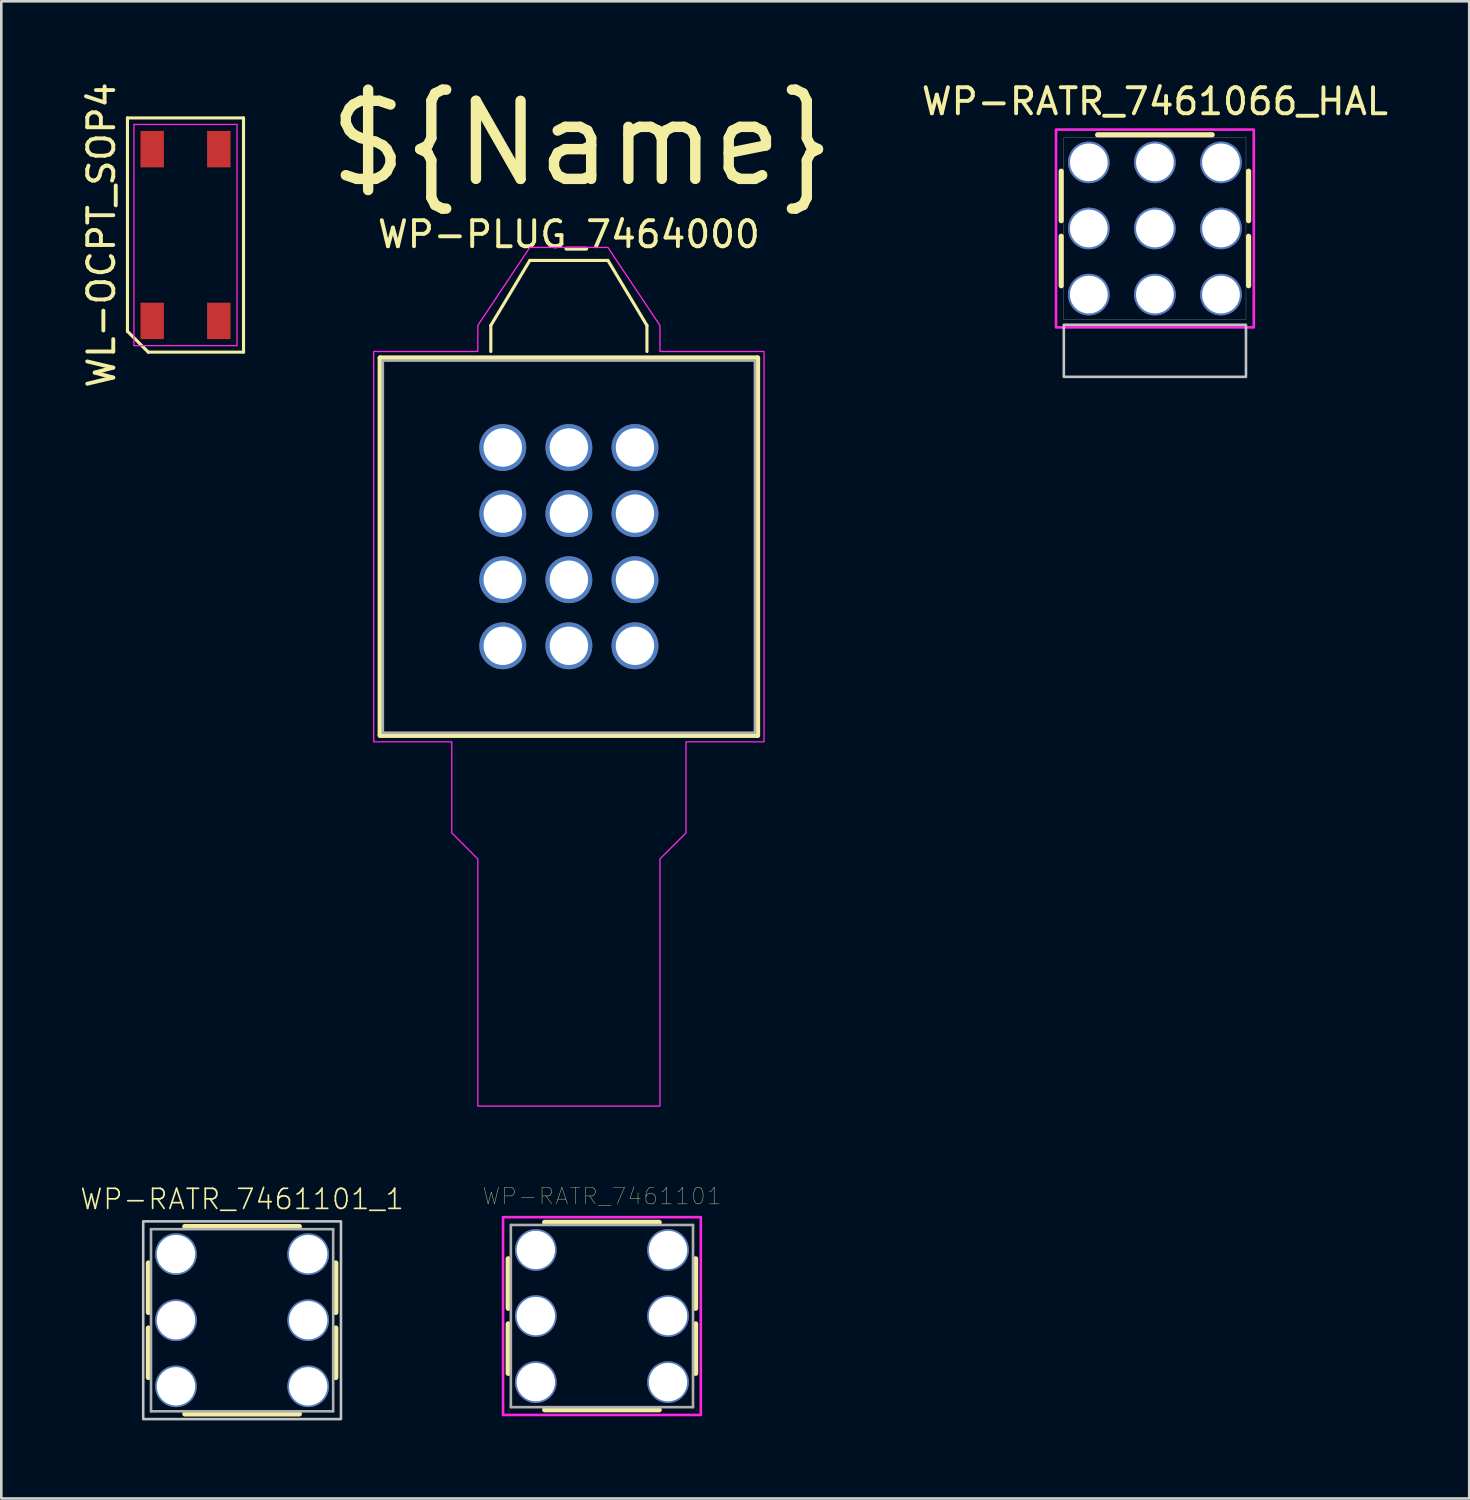
<source format=kicad_pcb>
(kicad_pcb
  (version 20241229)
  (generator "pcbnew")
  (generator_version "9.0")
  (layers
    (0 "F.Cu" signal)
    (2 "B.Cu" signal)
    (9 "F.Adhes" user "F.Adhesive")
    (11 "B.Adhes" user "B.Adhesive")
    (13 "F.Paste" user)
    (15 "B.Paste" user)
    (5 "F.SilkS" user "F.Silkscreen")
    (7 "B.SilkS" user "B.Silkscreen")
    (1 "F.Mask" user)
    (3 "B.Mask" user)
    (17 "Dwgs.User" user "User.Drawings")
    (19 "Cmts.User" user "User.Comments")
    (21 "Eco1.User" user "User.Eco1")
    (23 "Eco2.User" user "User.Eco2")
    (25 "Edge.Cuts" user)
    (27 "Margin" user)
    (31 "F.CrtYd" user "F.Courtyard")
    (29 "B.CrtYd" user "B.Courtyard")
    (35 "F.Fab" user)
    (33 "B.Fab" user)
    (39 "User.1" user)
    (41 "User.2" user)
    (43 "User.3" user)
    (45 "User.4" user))
  (footprint "WP-PLUG_7464000"
    (layer "F.Cu")
    (at 18.811 17.957)
    (property "Reference" "WP-PLUG_7464000" (at 0 -12 0) (layer "F.SilkS") (effects (font (size 1 1) (thickness 0.15))))
    (attr through_hole)
    (fp_line (start -7.25 -7.25) (end 7.25 -7.25) (stroke (width 0.2) (type solid)) (layer "F.SilkS"))
    (fp_line (start -7.25 7.25) (end -7.25 -7.25) (stroke (width 0.2) (type solid)) (layer "F.SilkS"))
    (fp_line (start -3 -8.5) (end -3 -7.5) (stroke (width 0.12) (type default)) (layer "F.SilkS"))
    (fp_line (start -1.5 -11) (end -3 -8.5) (stroke (width 0.12) (type default)) (layer "F.SilkS"))
    (fp_line (start 1.5 -11) (end -1.5 -11) (stroke (width 0.12) (type default)) (layer "F.SilkS"))
    (fp_line (start 3 -8.5) (end 1.5 -11) (stroke (width 0.12) (type default)) (layer "F.SilkS"))
    (fp_line (start 3 -7.5) (end 3 -8.5) (stroke (width 0.12) (type default)) (layer "F.SilkS"))
    (fp_line (start 7.25 -7.25) (end 7.25 7.25) (stroke (width 0.2) (type solid)) (layer "F.SilkS"))
    (fp_line (start 7.25 7.25) (end -7.25 7.25) (stroke (width 0.2) (type solid)) (layer "F.SilkS"))
    (fp_poly (pts (xy 3.5 21.5) (xy 3.5 12) (xy 4.5 11) (xy 4.5 7.5) (xy 7.5 7.5) (xy 7.5 -7.5) (xy 3.5 -7.5) (xy 3.5 -8.5) (xy 1.5 -11.5) (xy -1.5 -11.5) (xy -3.5 -8.5) (xy -3.5 -7.5) (xy -7.5 -7.5) (xy -7.5 7.5) (xy -4.5 7.5) (xy -4.5 11) (xy -3.5 12) (xy -3.5 21.5)) (stroke (width 0.05) (type solid)) (fill no) (layer "F.CrtYd"))
    (fp_line (start -7.15 -7.15) (end 7.15 -7.15) (stroke (width 0.1) (type solid)) (layer "F.Fab"))
    (fp_line (start -7.15 7.15) (end -7.15 -7.15) (stroke (width 0.1) (type solid)) (layer "F.Fab"))
    (fp_line (start 7.15 -7.15) (end 7.15 7.15) (stroke (width 0.1) (type solid)) (layer "F.Fab"))
    (fp_line (start 7.15 7.15) (end -7.15 7.15) (stroke (width 0.1) (type solid)) (layer "F.Fab"))
    (fp_line (start -4.5 7.5) (end -4.5 11) (stroke (width 0.12) (type default)) (layer "User.9"))
    (fp_line (start -4.5 11) (end -3.5 12) (stroke (width 0.12) (type default)) (layer "User.9"))
    (fp_line (start -3.5 12) (end -3.5 21.5) (stroke (width 0.12) (type default)) (layer "User.9"))
    (fp_line (start 3.5 12) (end 4.5 11) (stroke (width 0.12) (type default)) (layer "User.9"))
    (fp_line (start 3.5 21.5) (end 3.5 12) (stroke (width 0.12) (type default)) (layer "User.9"))
    (fp_line (start 4.5 7.5) (end -4.5 7.5) (stroke (width 0.12) (type default)) (layer "User.9"))
    (fp_line (start 4.5 11) (end 4.5 7.5) (stroke (width 0.12) (type default)) (layer "User.9"))
    (fp_text user "${Name}" (at 0.5 -15.5 0) (layer "F.SilkS") (effects (font (size 3 3) (thickness 0.4))))
    (pad "1" thru_hole circle (at -2.54 -3.81) (size 1.8 1.8) (drill 1.475) (layers "*.Cu" "*.Mask"))
    (pad "1" thru_hole circle (at -2.54 -1.27) (size 1.8 1.8) (drill 1.475) (layers "*.Cu" "*.Mask"))
    (pad "1" thru_hole circle (at -2.54 1.27) (size 1.8 1.8) (drill 1.475) (layers "*.Cu" "*.Mask"))
    (pad "1" thru_hole circle (at -2.54 3.81) (size 1.8 1.8) (drill 1.475) (layers "*.Cu" "*.Mask"))
    (pad "1" thru_hole circle (at 0 -3.81) (size 1.8 1.8) (drill 1.475) (layers "*.Cu" "*.Mask"))
    (pad "1" thru_hole circle (at 0 -1.27) (size 1.8 1.8) (drill 1.475) (layers "*.Cu" "*.Mask"))
    (pad "1" thru_hole circle (at 0 1.27) (size 1.8 1.8) (drill 1.475) (layers "*.Cu" "*.Mask"))
    (pad "1" thru_hole circle (at 0 3.81) (size 1.8 1.8) (drill 1.475) (layers "*.Cu" "*.Mask"))
    (pad "1" thru_hole circle (at 2.54 -3.81) (size 1.8 1.8) (drill 1.475) (layers "*.Cu" "*.Mask"))
    (pad "1" thru_hole circle (at 2.54 -1.27) (size 1.8 1.8) (drill 1.475) (layers "*.Cu" "*.Mask"))
    (pad "1" thru_hole circle (at 2.54 1.27) (size 1.8 1.8) (drill 1.475) (layers "*.Cu" "*.Mask"))
    (pad "1" thru_hole circle (at 2.54 3.81) (size 1.8 1.8) (drill 1.475) (layers "*.Cu" "*.Mask")))
  (footprint "WP-RATR_7461101"
    (layer "F.Cu")
    (at 20.081 47.524)
    (property "Reference" "WP-RATR_7461101" (at 0 -4.606 0) (layer "F.SilkS") (effects (font (size 0.64 0.64) (thickness 0.015))))
    (attr through_hole)
    (fp_line (start -3.6 -0.3) (end -3.6 -2.2) (stroke (width 0.2) (type solid)) (layer "F.SilkS"))
    (fp_line (start -3.6 2.2) (end -3.6 0.3) (stroke (width 0.2) (type solid)) (layer "F.SilkS"))
    (fp_line (start -2.2 -3.6) (end 2.2 -3.6) (stroke (width 0.2) (type solid)) (layer "F.SilkS"))
    (fp_line (start 2.2 3.6) (end -2.2 3.6) (stroke (width 0.2) (type solid)) (layer "F.SilkS"))
    (fp_line (start 3.6 -2.2) (end 3.6 -0.3) (stroke (width 0.2) (type solid)) (layer "F.SilkS"))
    (fp_line (start 3.6 0.3) (end 3.6 2.2) (stroke (width 0.2) (type solid)) (layer "F.SilkS"))
    (fp_poly (pts (xy 3.8 -3.8) (xy 3.8 3.8) (xy -3.8 3.8) (xy -3.8 -3.8)) (stroke (width 0.1) (type solid)) (fill no) (layer "F.CrtYd"))
    (fp_line (start -3.5 -3.5) (end 3.5 -3.5) (stroke (width 0.1) (type solid)) (layer "F.Fab"))
    (fp_line (start -3.5 3.5) (end -3.5 -3.5) (stroke (width 0.1) (type solid)) (layer "F.Fab"))
    (fp_line (start 3.5 -3.5) (end 3.5 3.5) (stroke (width 0.1) (type solid)) (layer "F.Fab"))
    (fp_line (start 3.5 3.5) (end -3.5 3.5) (stroke (width 0.1) (type solid)) (layer "F.Fab"))
    (pad "1" thru_hole circle (at 2.54 -2.54) (size 1.6 1.6) (drill 1.475) (layers "*.Cu" "*.Mask"))
    (pad "2" thru_hole circle (at 2.54 0) (size 1.6 1.6) (drill 1.475) (layers "*.Cu" "*.Mask"))
    (pad "3" thru_hole circle (at 2.54 2.54) (size 1.6 1.6) (drill 1.475) (layers "*.Cu" "*.Mask"))
    (pad "4" thru_hole circle (at -2.54 2.54) (size 1.6 1.6) (drill 1.475) (layers "*.Cu" "*.Mask"))
    (pad "5" thru_hole circle (at -2.54 0) (size 1.6 1.6) (drill 1.475) (layers "*.Cu" "*.Mask"))
    (pad "6" thru_hole circle (at -2.54 -2.54) (size 1.6 1.6) (drill 1.475) (layers "*.Cu" "*.Mask")))
  (footprint "WP-RATR_7461101_1"
    (layer "F.Cu")
    (at 6.253 47.684)
    (property "Reference" "WP-RATR_7461101_1" (at 0 -4.2 0) (layer "F.SilkS") (effects (font (size 0.772 0.772) (thickness 0.065)) (justify bottom)))
    (attr through_hole)
    (fp_line (start -3.6 -0.3) (end -3.6 -2.2) (stroke (width 0.2) (type solid)) (layer "F.SilkS"))
    (fp_line (start -3.6 2.2) (end -3.6 0.3) (stroke (width 0.2) (type solid)) (layer "F.SilkS"))
    (fp_line (start -2.2 -3.6) (end 2.2 -3.6) (stroke (width 0.2) (type solid)) (layer "F.SilkS"))
    (fp_line (start 2.2 3.6) (end -2.2 3.6) (stroke (width 0.2) (type solid)) (layer "F.SilkS"))
    (fp_line (start 3.6 -2.2) (end 3.6 -0.3) (stroke (width 0.2) (type solid)) (layer "F.SilkS"))
    (fp_line (start 3.6 0.3) (end 3.6 2.2) (stroke (width 0.2) (type solid)) (layer "F.SilkS"))
    (fp_poly (pts (xy 3.8 -3.8) (xy 3.8 3.8) (xy -3.8 3.8) (xy -3.8 -3.8)) (stroke (width 0.1) (type solid)) (fill no) (layer "Dwgs.User"))
    (fp_line (start -3.5 -3.5) (end 3.5 -3.5) (stroke (width 0.1) (type solid)) (layer "F.Fab"))
    (fp_line (start -3.5 3.5) (end -3.5 -3.5) (stroke (width 0.1) (type solid)) (layer "F.Fab"))
    (fp_line (start 3.5 -3.5) (end 3.5 3.5) (stroke (width 0.1) (type solid)) (layer "F.Fab"))
    (fp_line (start 3.5 3.5) (end -3.5 3.5) (stroke (width 0.1) (type solid)) (layer "F.Fab"))
    (pad "1" thru_hole circle (at 2.54 -2.54 180) (size 1.6 1.6) (drill 1.475) (layers "*.Cu" "*.Mask"))
    (pad "2" thru_hole circle (at 2.54 0) (size 1.6 1.6) (drill 1.475) (layers "*.Cu" "*.Mask"))
    (pad "3" thru_hole circle (at 2.54 2.54) (size 1.6 1.6) (drill 1.475) (layers "*.Cu" "*.Mask"))
    (pad "4" thru_hole circle (at -2.54 2.54) (size 1.6 1.6) (drill 1.475) (layers "*.Cu" "*.Mask"))
    (pad "5" thru_hole circle (at -2.54 0) (size 1.6 1.6) (drill 1.475) (layers "*.Cu" "*.Mask"))
    (pad "6" thru_hole circle (at -2.54 -2.54) (size 1.6 1.6) (drill 1.475) (layers "*.Cu" "*.Mask")))
  (footprint "WL-OCPT_SOP4"
    (layer "F.Cu")
    (at 4.078 5.982)
    (property "Reference" "WL-OCPT_SOP4" (at -3.23 0 90) (layer "F.SilkS") (effects (font (size 1 1) (thickness 0.15))))
    (attr smd)
    (fp_line (start -2.23 -4.5) (end 2.23 -4.5) (stroke (width 0.12) (type solid)) (layer "F.SilkS"))
    (fp_line (start -2.23 3.7) (end -2.23 -4.5) (stroke (width 0.12) (type solid)) (layer "F.SilkS"))
    (fp_line (start -1.43 4.5) (end -2.23 3.7) (stroke (width 0.12) (type solid)) (layer "F.SilkS"))
    (fp_line (start 2.23 -4.5) (end 2.23 4.5) (stroke (width 0.12) (type solid)) (layer "F.SilkS"))
    (fp_line (start 2.23 4.5) (end -1.43 4.5) (stroke (width 0.12) (type solid)) (layer "F.SilkS"))
    (fp_line (start -1.98 -4.25) (end 1.98 -4.25) (stroke (width 0.05) (type solid)) (layer "F.CrtYd"))
    (fp_line (start -1.98 4.25) (end -1.98 -4.25) (stroke (width 0.05) (type solid)) (layer "F.CrtYd"))
    (fp_line (start 1.98 -4.25) (end 1.98 4.25) (stroke (width 0.05) (type solid)) (layer "F.CrtYd"))
    (fp_line (start 1.98 4.25) (end -1.98 4.25) (stroke (width 0.05) (type solid)) (layer "F.CrtYd"))
    (pad "1" smd rect (at -1.28 3.3) (size 0.9 1.4) (layers "F.Cu" "F.Mask" "F.Paste"))
    (pad "2" smd rect (at 1.28 3.3) (size 0.9 1.4) (layers "F.Cu" "F.Mask" "F.Paste"))
    (pad "3" smd rect (at 1.28 -3.3) (size 0.9 1.4) (layers "F.Cu" "F.Mask" "F.Paste"))
    (pad "4" smd rect (at -1.28 -3.3) (size 0.9 1.4) (layers "F.Cu" "F.Mask" "F.Paste")))
  (footprint "WP-RATR_7461066_HAL"
    (layer "F.Cu")
    (at 41.331 9.23)
    (property "Reference" "WP-RATR_7461066_HAL" (at 0 -8.382 0) (layer "F.SilkS") (effects (font (size 1 1) (thickness 0.15))))
    (attr through_hole)
    (fp_line (start -3.6 -3.8) (end -3.6 -5.7) (stroke (width 0.2) (type solid)) (layer "F.SilkS"))
    (fp_line (start -3.6 -1.3) (end -3.6 -3.2) (stroke (width 0.2) (type solid)) (layer "F.SilkS"))
    (fp_line (start 2.2 -7.1) (end -2.2 -7.1) (stroke (width 0.2) (type solid)) (layer "F.SilkS"))
    (fp_line (start 3.6 -5.7) (end 3.6 -3.8) (stroke (width 0.2) (type solid)) (layer "F.SilkS"))
    (fp_line (start 3.6 -3.2) (end 3.6 -1.3) (stroke (width 0.2) (type solid)) (layer "F.SilkS"))
    (fp_poly (pts (xy 3.5 2.2) (xy -3.5 2.2) (xy -3.5 0.2) (xy 3.5 0.2)) (stroke (width 0.1) (type solid)) (fill no) (layer "Dwgs.User"))
    (fp_poly (pts (xy 3.8 -7.3) (xy 3.8 0.3) (xy -3.8 0.3) (xy -3.8 -7.3)) (stroke (width 0.1) (type solid)) (fill no) (layer "F.CrtYd"))
    (fp_line (start -3.5 -7) (end 3.5 -7) (stroke (width 0.01) (type solid)) (layer "F.Fab"))
    (fp_line (start -3.5 0) (end -3.5 -7) (stroke (width 0.01) (type solid)) (layer "F.Fab"))
    (fp_line (start 3.5 -7) (end 3.5 0) (stroke (width 0.01) (type solid)) (layer "F.Fab"))
    (fp_line (start 3.5 0) (end -3.5 0) (stroke (width 0.01) (type solid)) (layer "F.Fab"))
    (pad "1" thru_hole circle (at -2.54 -6.04) (size 1.6 1.6) (drill 1.45) (layers "*.Cu" "*.Mask"))
    (pad "1" thru_hole circle (at -2.54 -3.5) (size 1.6 1.6) (drill 1.45) (layers "*.Cu" "*.Mask"))
    (pad "1" thru_hole circle (at -2.54 -0.96) (size 1.6 1.6) (drill 1.45) (layers "*.Cu" "*.Mask"))
    (pad "1" thru_hole circle (at 0 -6.04) (size 1.6 1.6) (drill 1.45) (layers "*.Cu" "*.Mask"))
    (pad "1" thru_hole circle (at 0 -3.5) (size 1.6 1.6) (drill 1.45) (layers "*.Cu" "*.Mask"))
    (pad "1" thru_hole circle (at 0 -0.96) (size 1.6 1.6) (drill 1.45) (layers "*.Cu" "*.Mask"))
    (pad "1" thru_hole circle (at 2.54 -6.04) (size 1.6 1.6) (drill 1.45) (layers "*.Cu" "*.Mask"))
    (pad "1" thru_hole circle (at 2.54 -3.5) (size 1.6 1.6) (drill 1.45) (layers "*.Cu" "*.Mask"))
    (pad "1" thru_hole circle (at 2.54 -0.96) (size 1.6 1.6) (drill 1.45) (layers "*.Cu" "*.Mask")))
  (gr_rect
    (start -3 -3)
    (end 53.409 54.534)
    (stroke (width 0.1) (type default))
    (fill no)
    (layer "Edge.Cuts")))
</source>
